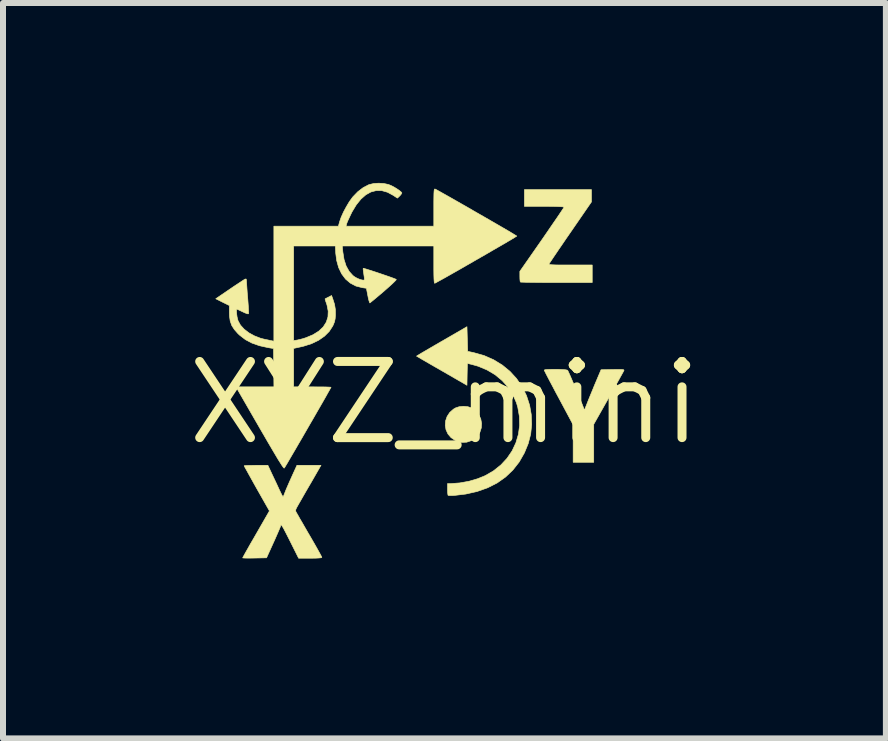
<source format=kicad_pcb>
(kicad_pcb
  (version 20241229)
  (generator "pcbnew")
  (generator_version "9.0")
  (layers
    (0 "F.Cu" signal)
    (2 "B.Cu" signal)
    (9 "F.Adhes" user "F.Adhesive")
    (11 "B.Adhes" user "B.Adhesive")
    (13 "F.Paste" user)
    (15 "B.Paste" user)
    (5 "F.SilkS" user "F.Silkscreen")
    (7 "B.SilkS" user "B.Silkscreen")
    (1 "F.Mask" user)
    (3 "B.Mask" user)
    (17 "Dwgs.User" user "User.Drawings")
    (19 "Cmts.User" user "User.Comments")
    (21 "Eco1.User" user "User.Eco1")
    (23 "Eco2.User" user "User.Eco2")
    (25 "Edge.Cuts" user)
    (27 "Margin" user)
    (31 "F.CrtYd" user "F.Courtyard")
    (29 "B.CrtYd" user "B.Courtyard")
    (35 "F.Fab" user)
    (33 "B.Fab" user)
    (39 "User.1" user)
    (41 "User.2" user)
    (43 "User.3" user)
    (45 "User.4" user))
  (footprint "XYZ_mini"
    (layer "F.Cu")
    (at 4.362 3.668)
    (property "Reference" "XYZ_mini" (at 0 0 0) (layer "F.SilkS") (effects (font (size 1.27 1.27) (thickness 0.15))))
    (attr through_hole)
    (fp_poly (pts (xy 0.39 0.064) (xy 0.451 0.085) (xy 0.521 0.135) (xy 0.572 0.197) (xy 0.605 0.267) (xy 0.619 0.342) (xy 0.614 0.418) (xy 0.591 0.49) (xy 0.548 0.555) (xy 0.487 0.609) (xy 0.454 0.628) (xy 0.37 0.656) (xy 0.286 0.659) (xy 0.201 0.637) (xy 0.18 0.627) (xy 0.11 0.58) (xy 0.058 0.519) (xy 0.026 0.45) (xy 0.013 0.376) (xy 0.019 0.3) (xy 0.044 0.227) (xy 0.087 0.161) (xy 0.15 0.105) (xy 0.183 0.085) (xy 0.246 0.064) (xy 0.318 0.057) (xy 0.39 0.064)) (stroke (width 0.01) (type solid)) (fill yes) (layer "F.SilkS"))
    (fp_poly (pts (xy 2.451 -3.351) (xy 2.101 -2.843) (xy 2.031 -2.742) (xy 1.966 -2.646) (xy 1.906 -2.559) (xy 1.854 -2.482) (xy 1.81 -2.417) (xy 1.776 -2.366) (xy 1.754 -2.333) (xy 1.744 -2.317) (xy 1.744 -2.317) (xy 1.745 -2.312) (xy 1.754 -2.307) (xy 1.773 -2.304) (xy 1.806 -2.302) (xy 1.854 -2.3) (xy 1.92 -2.299) (xy 2.007 -2.299) (xy 2.1 -2.299) (xy 2.464 -2.299) (xy 2.464 -2.007) (xy 1.869 -2.007) (xy 1.748 -2.007) (xy 1.636 -2.007) (xy 1.533 -2.008) (xy 1.444 -2.009) (xy 1.37 -2.01) (xy 1.314 -2.012) (xy 1.278 -2.013) (xy 1.266 -2.015) (xy 1.261 -2.031) (xy 1.258 -2.065) (xy 1.257 -2.108) (xy 1.257 -2.193) (xy 1.626 -2.722) (xy 1.697 -2.825) (xy 1.764 -2.923) (xy 1.825 -3.012) (xy 1.879 -3.09) (xy 1.924 -3.157) (xy 1.959 -3.209) (xy 1.983 -3.245) (xy 1.993 -3.263) (xy 1.994 -3.264) (xy 1.981 -3.268) (xy 1.945 -3.271) (xy 1.887 -3.274) (xy 1.808 -3.276) (xy 1.71 -3.277) (xy 1.664 -3.277) (xy 1.333 -3.277) (xy 1.333 -3.556) (xy 2.451 -3.556) (xy 2.451 -3.351)) (stroke (width 0.01) (type solid)) (fill yes) (layer "F.SilkS"))
    (fp_poly (pts (xy 1.871 -0.559) (xy 1.93 -0.558) (xy 1.983 -0.555) (xy 2.025 -0.551) (xy 2.05 -0.545) (xy 2.054 -0.543) (xy 2.062 -0.527) (xy 2.079 -0.491) (xy 2.102 -0.439) (xy 2.129 -0.376) (xy 2.16 -0.304) (xy 2.193 -0.227) (xy 2.225 -0.15) (xy 2.256 -0.076) (xy 2.283 -0.008) (xy 2.297 0.025) (xy 2.334 0.121) (xy 2.349 0.083) (xy 2.37 0.03) (xy 2.398 -0.041) (xy 2.431 -0.122) (xy 2.467 -0.209) (xy 2.502 -0.295) (xy 2.536 -0.375) (xy 2.544 -0.394) (xy 2.611 -0.552) (xy 2.806 -0.556) (xy 2.88 -0.557) (xy 2.932 -0.557) (xy 2.966 -0.556) (xy 2.985 -0.553) (xy 2.993 -0.547) (xy 2.993 -0.54) (xy 2.992 -0.538) (xy 2.984 -0.523) (xy 2.965 -0.488) (xy 2.936 -0.436) (xy 2.899 -0.369) (xy 2.855 -0.29) (xy 2.806 -0.202) (xy 2.752 -0.107) (xy 2.737 -0.08) (xy 2.489 0.358) (xy 2.489 0.991) (xy 2.146 0.991) (xy 2.146 0.367) (xy 1.905 -0.084) (xy 1.852 -0.182) (xy 1.804 -0.274) (xy 1.76 -0.356) (xy 1.723 -0.427) (xy 1.694 -0.483) (xy 1.674 -0.523) (xy 1.664 -0.544) (xy 1.664 -0.546) (xy 1.675 -0.552) (xy 1.707 -0.556) (xy 1.754 -0.558) (xy 1.81 -0.559) (xy 1.871 -0.559)) (stroke (width 0.01) (type solid)) (fill yes) (layer "F.SilkS"))
    (fp_poly (pts (xy 0.387 -0.859) (xy 0.489 -0.837) (xy 0.66 -0.789) (xy 0.819 -0.719) (xy 0.963 -0.631) (xy 1.091 -0.526) (xy 1.202 -0.405) (xy 1.295 -0.269) (xy 1.368 -0.12) (xy 1.42 0.04) (xy 1.447 0.194) (xy 1.454 0.36) (xy 1.438 0.52) (xy 1.397 0.678) (xy 1.333 0.834) (xy 1.246 0.986) (xy 1.141 1.12) (xy 1.018 1.237) (xy 0.878 1.336) (xy 0.72 1.416) (xy 0.545 1.478) (xy 0.354 1.521) (xy 0.171 1.543) (xy 0.123 1.546) (xy 0.084 1.546) (xy 0.062 1.543) (xy 0.06 1.542) (xy 0.056 1.525) (xy 0.052 1.491) (xy 0.051 1.445) (xy 0.051 1.439) (xy 0.051 1.346) (xy 0.111 1.346) (xy 0.256 1.335) (xy 0.406 1.308) (xy 0.554 1.265) (xy 0.681 1.213) (xy 0.82 1.132) (xy 0.941 1.035) (xy 1.044 0.924) (xy 1.128 0.8) (xy 1.191 0.666) (xy 1.233 0.524) (xy 1.253 0.376) (xy 1.249 0.225) (xy 1.222 0.072) (xy 1.2 -0.002) (xy 1.141 -0.137) (xy 1.061 -0.261) (xy 0.961 -0.372) (xy 0.844 -0.469) (xy 0.711 -0.548) (xy 0.564 -0.61) (xy 0.454 -0.641) (xy 0.382 -0.658) (xy 0.378 -0.476) (xy 0.375 -0.293) (xy -0.044 -0.535) (xy -0.138 -0.589) (xy -0.225 -0.639) (xy -0.302 -0.684) (xy -0.367 -0.721) (xy -0.417 -0.751) (xy -0.451 -0.771) (xy -0.466 -0.779) (xy -0.466 -0.779) (xy -0.456 -0.786) (xy -0.426 -0.804) (xy -0.38 -0.832) (xy -0.318 -0.868) (xy -0.243 -0.912) (xy -0.159 -0.961) (xy -0.066 -1.015) (xy -0.047 -1.026) (xy 0.375 -1.27) (xy 0.387 -0.859)) (stroke (width 0.01) (type solid)) (fill yes) (layer "F.SilkS"))
    (fp_poly (pts (xy -2.881 1.178) (xy -2.847 1.25) (xy -2.808 1.332) (xy -2.772 1.41) (xy -2.755 1.447) (xy -2.728 1.503) (xy -2.71 1.539) (xy -2.698 1.558) (xy -2.69 1.561) (xy -2.684 1.554) (xy -2.682 1.549) (xy -2.64 1.443) (xy -2.587 1.321) (xy -2.533 1.201) (xy -2.46 1.041) (xy -2.059 1.041) (xy -2.218 1.318) (xy -2.266 1.4) (xy -2.313 1.481) (xy -2.356 1.556) (xy -2.393 1.621) (xy -2.422 1.671) (xy -2.434 1.692) (xy -2.461 1.74) (xy -2.477 1.772) (xy -2.482 1.794) (xy -2.479 1.811) (xy -2.475 1.819) (xy -2.465 1.837) (xy -2.444 1.873) (xy -2.414 1.927) (xy -2.375 1.993) (xy -2.331 2.07) (xy -2.282 2.155) (xy -2.252 2.206) (xy -2.202 2.292) (xy -2.156 2.372) (xy -2.116 2.443) (xy -2.084 2.501) (xy -2.06 2.545) (xy -2.047 2.571) (xy -2.045 2.577) (xy -2.056 2.583) (xy -2.092 2.587) (xy -2.151 2.59) (xy -2.236 2.591) (xy -2.239 2.591) (xy -2.432 2.591) (xy -2.572 2.311) (xy -2.619 2.218) (xy -2.656 2.146) (xy -2.684 2.093) (xy -2.705 2.058) (xy -2.719 2.039) (xy -2.727 2.034) (xy -2.73 2.042) (xy -2.731 2.048) (xy -2.736 2.064) (xy -2.75 2.099) (xy -2.772 2.15) (xy -2.8 2.214) (xy -2.832 2.287) (xy -2.849 2.324) (xy -2.967 2.584) (xy -3.166 2.588) (xy -3.234 2.589) (xy -3.292 2.589) (xy -3.336 2.588) (xy -3.361 2.586) (xy -3.365 2.585) (xy -3.359 2.572) (xy -3.342 2.541) (xy -3.315 2.492) (xy -3.279 2.429) (xy -3.237 2.354) (xy -3.188 2.27) (xy -3.142 2.19) (xy -2.919 1.802) (xy -3.13 1.43) (xy -3.18 1.341) (xy -3.225 1.26) (xy -3.265 1.188) (xy -3.298 1.128) (xy -3.323 1.084) (xy -3.337 1.057) (xy -3.34 1.049) (xy -3.328 1.047) (xy -3.295 1.044) (xy -3.245 1.043) (xy -3.183 1.042) (xy -3.143 1.041) (xy -2.945 1.041) (xy -2.881 1.178)) (stroke (width 0.01) (type solid)) (fill yes) (layer "F.SilkS"))
    (fp_poly (pts (xy -1.011 -3.658) (xy -0.936 -3.642) (xy -0.93 -3.64) (xy -0.888 -3.623) (xy -0.84 -3.598) (xy -0.794 -3.57) (xy -0.753 -3.542) (xy -0.724 -3.518) (xy -0.711 -3.501) (xy -0.711 -3.5) (xy -0.72 -3.482) (xy -0.741 -3.456) (xy -0.748 -3.449) (xy -0.785 -3.414) (xy -0.854 -3.46) (xy -0.95 -3.512) (xy -1.045 -3.539) (xy -1.137 -3.54) (xy -1.226 -3.517) (xy -1.311 -3.47) (xy -1.393 -3.398) (xy -1.47 -3.303) (xy -1.542 -3.184) (xy -1.562 -3.143) (xy -1.588 -3.088) (xy -1.611 -3.038) (xy -1.627 -2.999) (xy -1.633 -2.981) (xy -1.641 -2.946) (xy -0.178 -2.946) (xy -0.178 -3.258) (xy -0.178 -3.356) (xy -0.177 -3.431) (xy -0.176 -3.487) (xy -0.174 -3.525) (xy -0.171 -3.549) (xy -0.167 -3.562) (xy -0.161 -3.567) (xy -0.158 -3.566) (xy -0.144 -3.56) (xy -0.11 -3.541) (xy -0.06 -3.513) (xy 0.006 -3.476) (xy 0.084 -3.432) (xy 0.172 -3.382) (xy 0.268 -3.327) (xy 0.37 -3.269) (xy 0.475 -3.208) (xy 0.581 -3.147) (xy 0.686 -3.087) (xy 0.788 -3.028) (xy 0.883 -2.973) (xy 0.971 -2.922) (xy 1.048 -2.877) (xy 1.112 -2.839) (xy 1.161 -2.809) (xy 1.193 -2.79) (xy 1.206 -2.781) (xy 1.206 -2.781) (xy 1.195 -2.774) (xy 1.165 -2.755) (xy 1.117 -2.726) (xy 1.054 -2.689) (xy 0.978 -2.644) (xy 0.891 -2.594) (xy 0.796 -2.539) (xy 0.695 -2.48) (xy 0.59 -2.42) (xy 0.484 -2.359) (xy 0.378 -2.298) (xy 0.276 -2.239) (xy 0.179 -2.184) (xy 0.089 -2.133) (xy 0.01 -2.088) (xy -0.057 -2.051) (xy -0.11 -2.022) (xy -0.146 -2.002) (xy -0.162 -1.994) (xy -0.163 -1.994) (xy -0.168 -2.002) (xy -0.172 -2.027) (xy -0.175 -2.071) (xy -0.177 -2.136) (xy -0.178 -2.223) (xy -0.178 -2.305) (xy -0.178 -2.616) (xy -1.704 -2.616) (xy -1.695 -2.518) (xy -1.675 -2.392) (xy -1.64 -2.283) (xy -1.59 -2.193) (xy -1.527 -2.123) (xy -1.496 -2.1) (xy -1.455 -2.077) (xy -1.411 -2.059) (xy -1.371 -2.048) (xy -1.344 -2.047) (xy -1.337 -2.05) (xy -1.335 -2.065) (xy -1.338 -2.098) (xy -1.345 -2.143) (xy -1.345 -2.147) (xy -1.352 -2.192) (xy -1.356 -2.227) (xy -1.355 -2.244) (xy -1.354 -2.244) (xy -1.341 -2.242) (xy -1.308 -2.232) (xy -1.26 -2.217) (xy -1.2 -2.198) (xy -1.133 -2.176) (xy -1.062 -2.152) (xy -0.992 -2.128) (xy -0.928 -2.106) (xy -0.872 -2.086) (xy -0.83 -2.07) (xy -0.806 -2.06) (xy -0.804 -2.059) (xy -0.808 -2.048) (xy -0.831 -2.024) (xy -0.87 -1.986) (xy -0.924 -1.937) (xy -0.991 -1.878) (xy -1.011 -1.86) (xy -1.075 -1.806) (xy -1.133 -1.757) (xy -1.181 -1.717) (xy -1.218 -1.687) (xy -1.239 -1.67) (xy -1.244 -1.666) (xy -1.25 -1.676) (xy -1.26 -1.706) (xy -1.271 -1.751) (xy -1.278 -1.787) (xy -1.302 -1.911) (xy -1.371 -1.921) (xy -1.477 -1.948) (xy -1.57 -1.997) (xy -1.65 -2.065) (xy -1.715 -2.152) (xy -1.765 -2.256) (xy -1.798 -2.375) (xy -1.813 -2.492) (xy -1.82 -2.616) (xy -2.515 -2.616) (xy -2.515 -1.039) (xy -2.457 -1.047) (xy -2.416 -1.056) (xy -2.362 -1.07) (xy -2.309 -1.087) (xy -2.192 -1.136) (xy -2.096 -1.196) (xy -2.022 -1.266) (xy -1.971 -1.346) (xy -1.943 -1.433) (xy -1.939 -1.529) (xy -1.959 -1.631) (xy -1.967 -1.656) (xy -1.981 -1.696) (xy -1.989 -1.724) (xy -1.991 -1.734) (xy -1.979 -1.741) (xy -1.951 -1.755) (xy -1.935 -1.763) (xy -1.883 -1.79) (xy -1.863 -1.736) (xy -1.833 -1.642) (xy -1.819 -1.554) (xy -1.818 -1.464) (xy -1.823 -1.402) (xy -1.834 -1.351) (xy -1.855 -1.299) (xy -1.864 -1.28) (xy -1.922 -1.191) (xy -2.001 -1.112) (xy -2.1 -1.043) (xy -2.217 -0.987) (xy -2.349 -0.945) (xy -2.387 -0.936) (xy -2.515 -0.908) (xy -2.515 -0.587) (xy -2.515 -0.267) (xy -2.203 -0.267) (xy -2.118 -0.266) (xy -2.041 -0.266) (xy -1.976 -0.265) (xy -1.928 -0.263) (xy -1.899 -0.261) (xy -1.892 -0.26) (xy -1.898 -0.248) (xy -1.916 -0.216) (xy -1.944 -0.167) (xy -1.98 -0.102) (xy -2.024 -0.025) (xy -2.074 0.062) (xy -2.129 0.157) (xy -2.187 0.258) (xy -2.248 0.363) (xy -2.309 0.469) (xy -2.369 0.573) (xy -2.428 0.674) (xy -2.483 0.769) (xy -2.534 0.856) (xy -2.579 0.933) (xy -2.616 0.997) (xy -2.645 1.045) (xy -2.664 1.077) (xy -2.672 1.088) (xy -2.678 1.086) (xy -2.691 1.071) (xy -2.711 1.043) (xy -2.738 1) (xy -2.775 0.942) (xy -2.82 0.866) (xy -2.875 0.773) (xy -2.941 0.661) (xy -3.018 0.528) (xy -3.082 0.418) (xy -3.477 -0.267) (xy -2.844 -0.267) (xy -2.851 -0.906) (xy -2.941 -0.921) (xy -3.086 -0.953) (xy -3.211 -0.997) (xy -3.319 -1.054) (xy -3.414 -1.127) (xy -3.443 -1.154) (xy -3.504 -1.223) (xy -3.547 -1.29) (xy -3.573 -1.363) (xy -3.585 -1.447) (xy -3.587 -1.507) (xy -3.587 -1.623) (xy -3.701 -1.679) (xy -3.814 -1.736) (xy -3.578 -1.897) (xy -3.509 -1.944) (xy -3.445 -1.986) (xy -3.392 -2.021) (xy -3.351 -2.048) (xy -3.327 -2.063) (xy -3.322 -2.065) (xy -3.307 -2.065) (xy -3.302 -2.044) (xy -3.302 -2.037) (xy -3.301 -2.014) (xy -3.298 -1.969) (xy -3.294 -1.909) (xy -3.289 -1.837) (xy -3.282 -1.759) (xy -3.282 -1.755) (xy -3.276 -1.678) (xy -3.271 -1.609) (xy -3.268 -1.552) (xy -3.266 -1.511) (xy -3.266 -1.492) (xy -3.266 -1.491) (xy -3.273 -1.484) (xy -3.292 -1.487) (xy -3.326 -1.5) (xy -3.363 -1.517) (xy -3.407 -1.538) (xy -3.441 -1.554) (xy -3.46 -1.562) (xy -3.462 -1.562) (xy -3.467 -1.551) (xy -3.468 -1.522) (xy -3.465 -1.481) (xy -3.459 -1.436) (xy -3.449 -1.393) (xy -3.441 -1.367) (xy -3.402 -1.296) (xy -3.341 -1.229) (xy -3.262 -1.168) (xy -3.169 -1.117) (xy -3.066 -1.077) (xy -2.998 -1.06) (xy -2.948 -1.05) (xy -2.904 -1.04) (xy -2.876 -1.035) (xy -2.873 -1.034) (xy -2.845 -1.028) (xy -2.845 -2.946) (xy -1.769 -2.946) (xy -1.749 -3.02) (xy -1.723 -3.095) (xy -1.684 -3.182) (xy -1.637 -3.27) (xy -1.587 -3.354) (xy -1.537 -3.423) (xy -1.528 -3.435) (xy -1.445 -3.521) (xy -1.356 -3.589) (xy -1.266 -3.636) (xy -1.251 -3.641) (xy -1.179 -3.658) (xy -1.096 -3.663) (xy -1.011 -3.658)) (stroke (width 0.01) (type solid)) (fill yes) (layer "F.SilkS")))
  (gr_rect
    (start -3 -3)
    (end 11.723 9.264)
    (stroke (width 0.1) (type default))
    (fill no)
    (layer "Edge.Cuts")))
</source>
